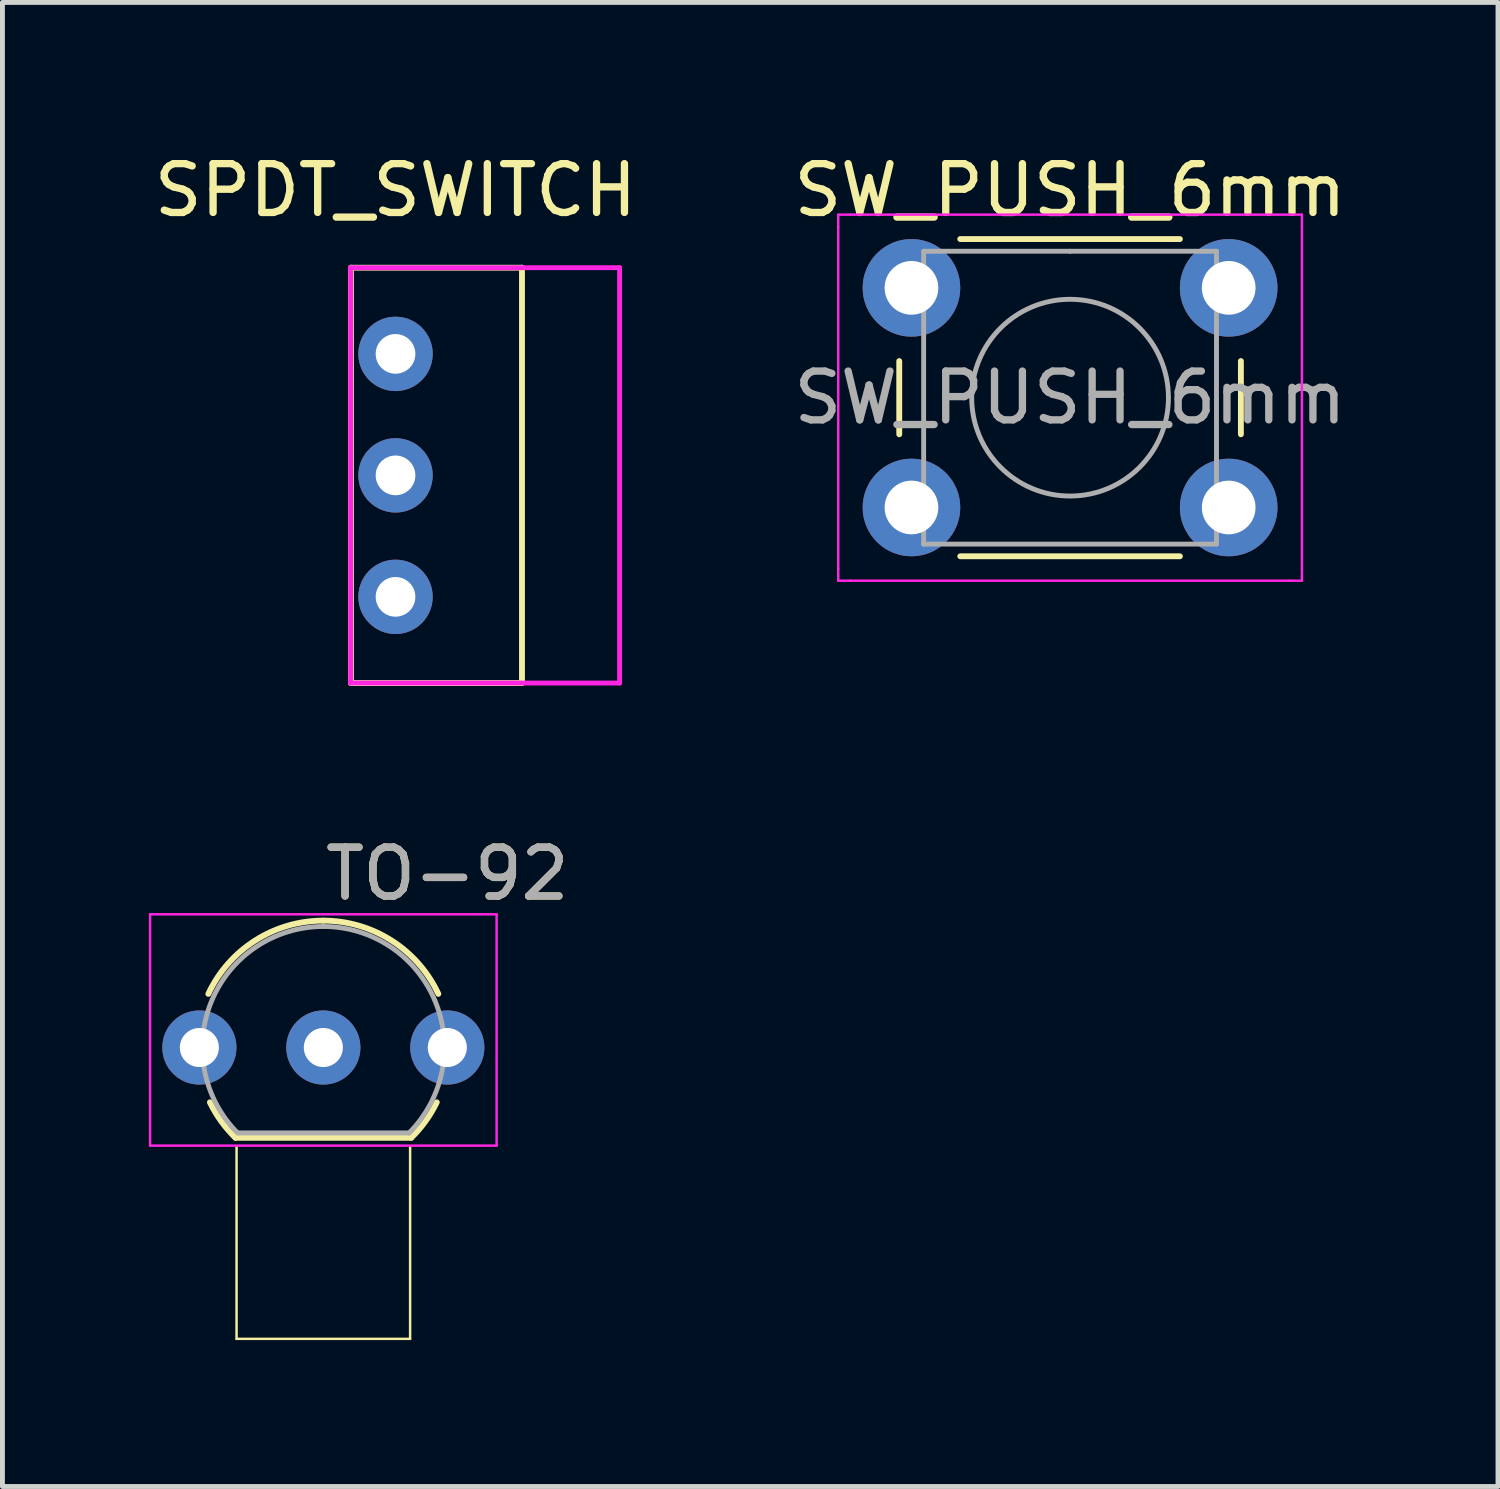
<source format=kicad_pcb>
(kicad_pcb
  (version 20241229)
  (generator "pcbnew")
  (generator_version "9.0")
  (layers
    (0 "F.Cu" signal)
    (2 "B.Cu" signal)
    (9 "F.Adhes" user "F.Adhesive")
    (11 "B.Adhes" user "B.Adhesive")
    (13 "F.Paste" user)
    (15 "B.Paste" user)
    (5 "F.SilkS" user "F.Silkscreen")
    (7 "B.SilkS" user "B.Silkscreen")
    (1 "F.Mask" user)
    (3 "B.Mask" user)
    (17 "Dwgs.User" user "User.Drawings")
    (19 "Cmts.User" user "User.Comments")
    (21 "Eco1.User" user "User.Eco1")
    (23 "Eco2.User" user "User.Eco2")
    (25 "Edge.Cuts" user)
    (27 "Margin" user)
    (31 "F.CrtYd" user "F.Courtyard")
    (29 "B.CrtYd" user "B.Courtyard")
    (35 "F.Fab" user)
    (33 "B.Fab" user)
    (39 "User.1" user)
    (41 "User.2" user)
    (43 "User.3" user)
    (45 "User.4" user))
  (footprint "TO-92"
    (layer "F.Cu")
    (at 3.575 18.413)
    (property "Reference" "TO-92" (at 2.54 -3.56 180) (layer "F.SilkS") (effects (font (size 1 1) (thickness 0.15))))
    (attr through_hole)
    (fp_line (start -1.8 1.85) (end 1.8 1.85) (stroke (width 0.12) (type solid)) (layer "F.SilkS"))
    (fp_line (start -1.778 2.032) (end -1.778 5.969) (stroke (width 0.051) (type solid)) (layer "F.SilkS"))
    (fp_line (start -1.778 5.969) (end 1.778 5.969) (stroke (width 0.051) (type solid)) (layer "F.SilkS"))
    (fp_line (start 1.778 5.969) (end 1.778 2.032) (stroke (width 0.051) (type solid)) (layer "F.SilkS"))
    (fp_arc (start -2.3564 -1.098807) (mid -1.396979 -2.192817) (end 0 -2.6) (stroke (width 0.12) (type solid)) (layer "F.SilkS"))
    (fp_arc (start -1.8 1.85) (mid -2.093903 1.509328) (end -2.324184 1.122795) (stroke (width 0.12) (type solid)) (layer "F.SilkS"))
    (fp_arc (start 0 -2.6) (mid 1.396979 -2.192818) (end 2.3564 -1.098807) (stroke (width 0.12) (type solid)) (layer "F.SilkS"))
    (fp_arc (start 2.324184 1.122795) (mid 2.093903 1.509328) (end 1.8 1.85) (stroke (width 0.12) (type solid)) (layer "F.SilkS"))
    (fp_line (start -3.55 -2.73) (end -3.55 2.01) (stroke (width 0.05) (type solid)) (layer "F.CrtYd"))
    (fp_line (start -3.55 -2.73) (end 3.55 -2.73) (stroke (width 0.05) (type solid)) (layer "F.CrtYd"))
    (fp_line (start 3.55 2.01) (end -3.55 2.01) (stroke (width 0.05) (type solid)) (layer "F.CrtYd"))
    (fp_line (start 3.55 2.01) (end 3.55 -2.73) (stroke (width 0.05) (type solid)) (layer "F.CrtYd"))
    (fp_line (start -1.74 1.75) (end 1.76 1.75) (stroke (width 0.1) (type solid)) (layer "F.Fab"))
    (fp_arc (start -1.753625 1.753625) (mid -2.291221 -0.949055) (end 0 -2.48) (stroke (width 0.1) (type solid)) (layer "F.Fab"))
    (fp_arc (start 0 -2.48) (mid 2.291221 -0.949055) (end 1.753625 1.753625) (stroke (width 0.1) (type solid)) (layer "F.Fab"))
    (fp_text user "${REFERENCE}" (at 2.54 -3.56 180) (layer "F.Fab") (effects (font (size 1 1) (thickness 0.15))))
    (pad "1" thru_hole circle (at -2.54 0 90) (size 1.52 1.52) (drill 0.8) (layers "*.Cu" "*.Mask"))
    (pad "2" thru_hole circle (at 0 0 90) (size 1.52 1.52) (drill 0.8) (layers "*.Cu" "*.Mask"))
    (pad "3" thru_hole circle (at 2.54 0 90) (size 1.52 1.52) (drill 0.8) (layers "*.Cu" "*.Mask")))
  (footprint "SPDT_SWITCH"
    (layer "F.Cu")
    (at 5.054 6.69)
    (property "Reference" "SPDT_SWITCH" (at 0 -5.842 0) (layer "F.SilkS") (effects (font (size 1 1) (thickness 0.15))))
    (attr through_hole)
    (fp_line (start -0.914 -4.255) (end -0.914 4.255) (stroke (width 0.12) (type solid)) (layer "F.SilkS"))
    (fp_line (start -0.914 -4.255) (end 2.591 -4.255) (stroke (width 0.12) (type solid)) (layer "F.SilkS"))
    (fp_line (start -0.914 4.255) (end 2.591 4.255) (stroke (width 0.12) (type solid)) (layer "F.SilkS"))
    (fp_line (start 2.591 -4.255) (end 2.591 4.255) (stroke (width 0.12) (type solid)) (layer "F.SilkS"))
    (fp_line (start -0.921 -4.255) (end -0.921 4.255) (stroke (width 0.1) (type solid)) (layer "F.CrtYd"))
    (fp_line (start -0.921 -4.255) (end 4.591 -4.255) (stroke (width 0.1) (type solid)) (layer "F.CrtYd"))
    (fp_line (start -0.921 4.255) (end 4.591 4.255) (stroke (width 0.1) (type solid)) (layer "F.CrtYd"))
    (fp_line (start 4.591 -4.255) (end 4.591 4.255) (stroke (width 0.1) (type solid)) (layer "F.CrtYd"))
    (pad "1" thru_hole circle (at 0 -2.489) (size 1.524 1.524) (drill 0.813) (layers "*.Cu" "*.Mask"))
    (pad "2" thru_hole circle (at 0 0) (size 1.524 1.524) (drill 0.813) (layers "*.Cu" "*.Mask"))
    (pad "3" thru_hole circle (at 0 2.489) (size 1.524 1.524) (drill 0.813) (layers "*.Cu" "*.Mask")))
  (footprint "SW_PUSH_6mm"
    (layer "F.Cu")
    (at 18.875 5.098)
    (property "Reference" "SW_PUSH_6mm" (at 0 -4.25 0) (layer "F.SilkS") (effects (font (size 1 1) (thickness 0.15))))
    (attr through_hole)
    (fp_line (start -3.5 -0.75) (end -3.5 0.75) (stroke (width 0.12) (type solid)) (layer "F.SilkS"))
    (fp_line (start -2.25 3.25) (end 2.25 3.25) (stroke (width 0.12) (type solid)) (layer "F.SilkS"))
    (fp_line (start 2.25 -3.25) (end -2.25 -3.25) (stroke (width 0.12) (type solid)) (layer "F.SilkS"))
    (fp_line (start 3.5 0.75) (end 3.5 -0.75) (stroke (width 0.12) (type solid)) (layer "F.SilkS"))
    (fp_line (start -4.75 -3.75) (end -4.5 -3.75) (stroke (width 0.05) (type solid)) (layer "F.CrtYd"))
    (fp_line (start -4.75 -3.5) (end -4.75 -3.75) (stroke (width 0.05) (type solid)) (layer "F.CrtYd"))
    (fp_line (start -4.75 3.5) (end -4.75 -3.5) (stroke (width 0.05) (type solid)) (layer "F.CrtYd"))
    (fp_line (start -4.75 3.5) (end -4.75 3.75) (stroke (width 0.05) (type solid)) (layer "F.CrtYd"))
    (fp_line (start -4.75 3.75) (end -4.5 3.75) (stroke (width 0.05) (type solid)) (layer "F.CrtYd"))
    (fp_line (start -4.5 -3.75) (end 4.5 -3.75) (stroke (width 0.05) (type solid)) (layer "F.CrtYd"))
    (fp_line (start 4.5 -3.75) (end 4.75 -3.75) (stroke (width 0.05) (type solid)) (layer "F.CrtYd"))
    (fp_line (start 4.5 3.75) (end -4.5 3.75) (stroke (width 0.05) (type solid)) (layer "F.CrtYd"))
    (fp_line (start 4.5 3.75) (end 4.75 3.75) (stroke (width 0.05) (type solid)) (layer "F.CrtYd"))
    (fp_line (start 4.75 -3.75) (end 4.75 -3.5) (stroke (width 0.05) (type solid)) (layer "F.CrtYd"))
    (fp_line (start 4.75 -3.5) (end 4.75 3.5) (stroke (width 0.05) (type solid)) (layer "F.CrtYd"))
    (fp_line (start 4.75 3.75) (end 4.75 3.5) (stroke (width 0.05) (type solid)) (layer "F.CrtYd"))
    (fp_line (start -3 -3) (end 0 -3) (stroke (width 0.1) (type solid)) (layer "F.Fab"))
    (fp_line (start -3 3) (end -3 -3) (stroke (width 0.1) (type solid)) (layer "F.Fab"))
    (fp_line (start 0 -3) (end 3 -3) (stroke (width 0.1) (type solid)) (layer "F.Fab"))
    (fp_line (start 3 -3) (end 3 3) (stroke (width 0.1) (type solid)) (layer "F.Fab"))
    (fp_line (start 3 3) (end -3 3) (stroke (width 0.1) (type solid)) (layer "F.Fab"))
    (fp_circle (center 0 0) (end -2 0.25) (stroke (width 0.1) (type solid)) (fill no) (layer "F.Fab"))
    (fp_text user "${REFERENCE}" (at 0 0 0) (layer "F.Fab") (effects (font (size 1 1) (thickness 0.15))))
    (pad "1" thru_hole circle (at -3.25 -2.25 90) (size 2 2) (drill 1.1) (layers "*.Cu" "*.Mask"))
    (pad "1" thru_hole circle (at 3.25 -2.25 90) (size 2 2) (drill 1.1) (layers "*.Cu" "*.Mask"))
    (pad "2" thru_hole circle (at -3.25 2.25 90) (size 2 2) (drill 1.1) (layers "*.Cu" "*.Mask"))
    (pad "2" thru_hole circle (at 3.25 2.25 90) (size 2 2) (drill 1.1) (layers "*.Cu" "*.Mask")))
  (gr_rect
    (start -3 -3)
    (end 27.643 27.407)
    (stroke (width 0.1) (type default))
    (fill no)
    (layer "Edge.Cuts")))
</source>
